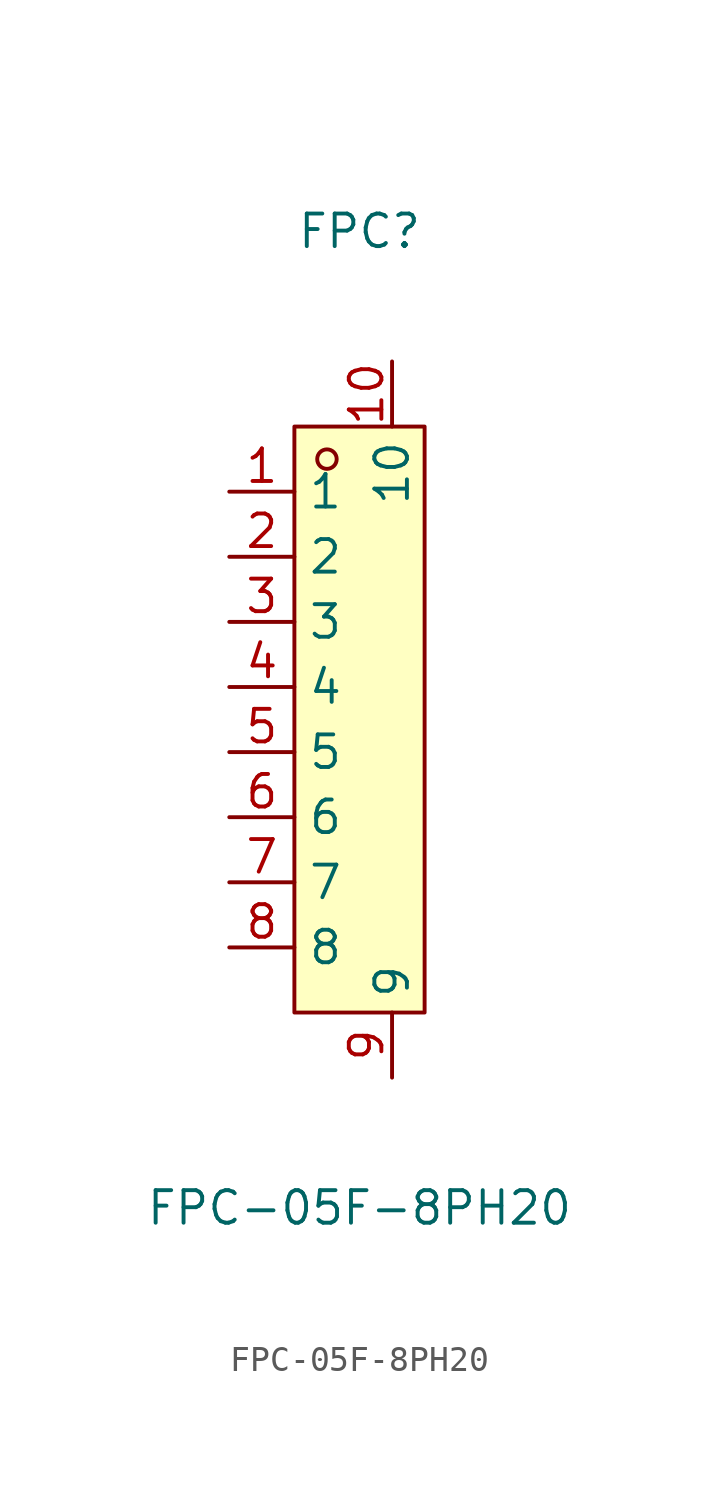
<source format=kicad_sym>
(kicad_symbol_lib
  (version 20211014)
  (generator https://github.com/uPesy/easyeda2kicad.py)
  (symbol "FPC-05F-8PH20"
    (property "Reference" "FPC"
      (at 0 19.05 0)
      (effects (font (size 1.27 1.27))))
    (property "Value" "FPC-05F-8PH20"
      (at 0 -19.05 0)
      (effects (font (size 1.27 1.27))))
    (symbol "FPC-05F-8PH20_0_1"
      (rectangle (start -2.54 11.43) (end 2.54 -11.43) (stroke (width 0) (type default) (color 0 0 0 0)) (fill (type background)))
      (circle (center -1.27 10.16) (radius 0.38) (stroke (width 0) (type default) (color 0 0 0 0)) (fill (type none)))
      (pin unspecified line (at -5.08 8.89 0) (length 2.54) (name "1" (effects (font (size 1.27 1.27)))) (number "1" (effects (font (size 1.27 1.27)))))
      (pin unspecified line (at -5.08 6.35 0) (length 2.54) (name "2" (effects (font (size 1.27 1.27)))) (number "2" (effects (font (size 1.27 1.27)))))
      (pin unspecified line (at -5.08 3.81 0) (length 2.54) (name "3" (effects (font (size 1.27 1.27)))) (number "3" (effects (font (size 1.27 1.27)))))
      (pin unspecified line (at -5.08 1.27 0) (length 2.54) (name "4" (effects (font (size 1.27 1.27)))) (number "4" (effects (font (size 1.27 1.27)))))
      (pin unspecified line (at -5.08 -1.27 0) (length 2.54) (name "5" (effects (font (size 1.27 1.27)))) (number "5" (effects (font (size 1.27 1.27)))))
      (pin unspecified line (at -5.08 -3.81 0) (length 2.54) (name "6" (effects (font (size 1.27 1.27)))) (number "6" (effects (font (size 1.27 1.27)))))
      (pin unspecified line (at -5.08 -6.35 0) (length 2.54) (name "7" (effects (font (size 1.27 1.27)))) (number "7" (effects (font (size 1.27 1.27)))))
      (pin unspecified line (at -5.08 -8.89 0) (length 2.54) (name "8" (effects (font (size 1.27 1.27)))) (number "8" (effects (font (size 1.27 1.27)))))
      (pin unspecified line (at 1.27 -13.97 90) (length 2.54) (name "9" (effects (font (size 1.27 1.27)))) (number "9" (effects (font (size 1.27 1.27)))))
      (pin unspecified line (at 1.27 13.97 270) (length 2.54) (name "10" (effects (font (size 1.27 1.27)))) (number "10" (effects (font (size 1.27 1.27))))))))
</source>
